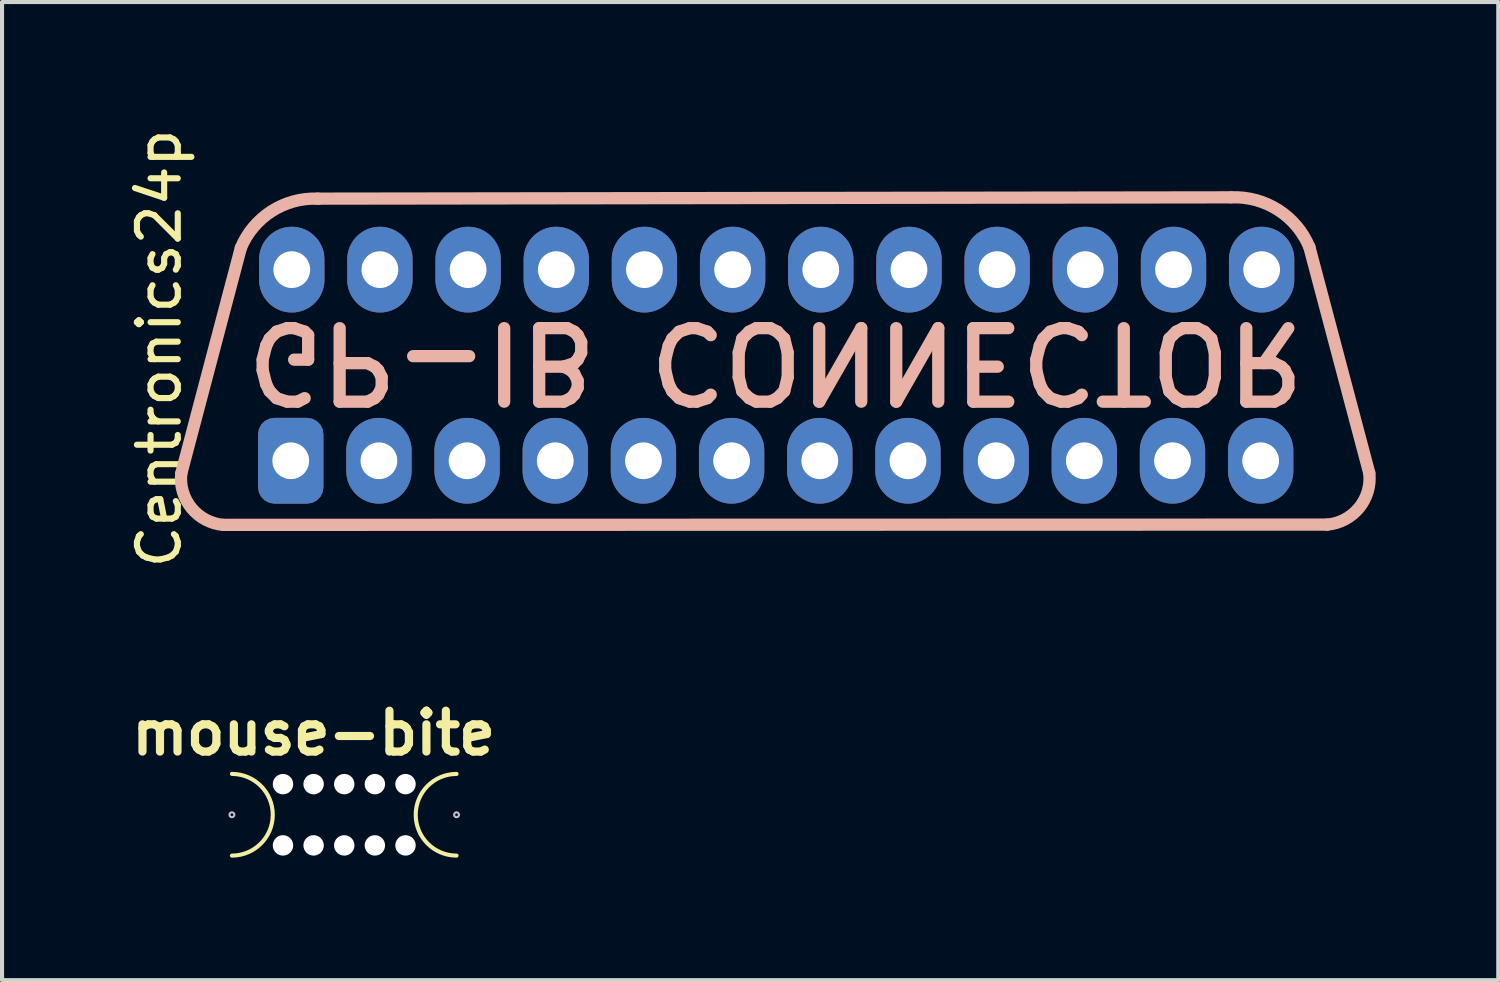
<source format=kicad_pcb>
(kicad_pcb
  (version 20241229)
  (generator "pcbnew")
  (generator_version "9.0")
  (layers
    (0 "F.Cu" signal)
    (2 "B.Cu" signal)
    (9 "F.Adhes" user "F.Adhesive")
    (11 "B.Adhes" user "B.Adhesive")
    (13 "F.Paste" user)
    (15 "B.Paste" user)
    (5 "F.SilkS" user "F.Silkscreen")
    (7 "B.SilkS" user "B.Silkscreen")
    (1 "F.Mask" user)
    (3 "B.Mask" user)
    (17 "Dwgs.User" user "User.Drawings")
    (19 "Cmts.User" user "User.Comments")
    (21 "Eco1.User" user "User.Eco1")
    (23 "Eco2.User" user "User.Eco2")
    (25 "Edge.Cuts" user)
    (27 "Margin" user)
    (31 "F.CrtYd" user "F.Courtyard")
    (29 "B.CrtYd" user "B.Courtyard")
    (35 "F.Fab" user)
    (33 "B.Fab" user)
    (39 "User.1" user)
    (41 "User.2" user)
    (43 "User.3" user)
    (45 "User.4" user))
  (footprint "mouse-bite"
    (layer "F.Cu")
    (at 4.629 16.9)
    (property "Reference" "mouse-bite" (at 0 -2 0) (layer "F.SilkS") (effects (font (size 1 1) (thickness 0.2))))
    (attr through_hole)
    (fp_arc (start -2 -1) (mid -1 0) (end -2 1) (stroke (width 0.1) (type solid)) (layer "F.SilkS"))
    (fp_arc (start 3.5 1) (mid 2.5 0) (end 3.5 -1) (stroke (width 0.1) (type solid)) (layer "F.SilkS"))
    (fp_circle (center -2 0) (end -2 -0.06) (stroke (width 0.05) (type solid)) (fill no) (layer "Dwgs.User"))
    (fp_circle (center 3.5 0) (end 3.56 0) (stroke (width 0.05) (type solid)) (fill no) (layer "Dwgs.User"))
    (fp_line (start -2 0) (end -2 0) (stroke (width 2) (type solid)) (layer "Eco1.User"))
    (fp_line (start 3.5 0) (end 3.5 0) (stroke (width 2) (type solid)) (layer "Eco1.User"))
    (pad "" np_thru_hole circle (at -0.75 -0.75) (size 0.5 0.5) (drill 0.5) (layers "*.Cu" "*.Mask"))
    (pad "" np_thru_hole circle (at -0.75 0.75) (size 0.5 0.5) (drill 0.5) (layers "*.Cu" "*.Mask"))
    (pad "" np_thru_hole circle (at 0 -0.75) (size 0.5 0.5) (drill 0.5) (layers "*.Cu" "*.Mask"))
    (pad "" np_thru_hole circle (at 0 0.75) (size 0.5 0.5) (drill 0.5) (layers "*.Cu" "*.Mask"))
    (pad "" np_thru_hole circle (at 0.75 -0.75) (size 0.5 0.5) (drill 0.5) (layers "*.Cu" "*.Mask"))
    (pad "" np_thru_hole circle (at 0.75 0.75) (size 0.5 0.5) (drill 0.5) (layers "*.Cu" "*.Mask"))
    (pad "" np_thru_hole circle (at 1.5 -0.75) (size 0.5 0.5) (drill 0.5) (layers "*.Cu" "*.Mask"))
    (pad "" np_thru_hole circle (at 1.5 0.75) (size 0.5 0.5) (drill 0.5) (layers "*.Cu" "*.Mask"))
    (pad "" np_thru_hole circle (at 2.25 -0.75) (size 0.5 0.5) (drill 0.5) (layers "*.Cu" "*.Mask"))
    (pad "" np_thru_hole circle (at 2.25 0.75) (size 0.5 0.5) (drill 0.5) (layers "*.Cu" "*.Mask")))
  (footprint "Centronics24p"
    (layer "F.Cu")
    (at 15.968 5.502)
    (property "Reference" "Centronics24p" (at -15.12 -0.02 270) (layer "F.SilkS") (effects (font (size 1 1) (thickness 0.15))))
    (attr through_hole)
    (fp_line (start -13.549 4.3) (end 13.48 4.293) (stroke (width 0.3) (type solid)) (layer "B.SilkS"))
    (fp_line (start -13.121 -2.48) (end -14.579 3.04) (stroke (width 0.3) (type solid)) (layer "B.SilkS"))
    (fp_line (start 11.111 -3.72) (end -11.238 -3.688) (stroke (width 0.3) (type solid)) (layer "B.SilkS"))
    (fp_line (start 13.043 -2.5) (end 14.51 3.033) (stroke (width 0.3) (type solid)) (layer "B.SilkS"))
    (fp_arc (start -13.548933 4.300419) (mid -14.329731 3.887698) (end -14.578933 3.040419) (stroke (width 0.3) (type solid)) (layer "B.SilkS"))
    (fp_arc (start -13.121067 -2.480418) (mid -12.369021 -3.379601) (end -11.238034 -3.687775) (stroke (width 0.3) (type solid)) (layer "B.SilkS"))
    (fp_arc (start 11.131067 -3.719581) (mid 12.278889 -3.410789) (end 13.043113 -2.500398) (stroke (width 0.3) (type solid)) (layer "B.SilkS"))
    (fp_arc (start 14.510269 3.03314) (mid 14.261067 3.880419) (end 13.480269 4.29314) (stroke (width 0.3) (type solid)) (layer "B.SilkS"))
    (fp_text user "GP-IB CONNECTOR" (at -0.03 0.3 180) (unlocked yes) (layer "B.SilkS") (effects (font (size 1.8 1.8) (thickness 0.3)) (justify mirror)))
    (pad "1" thru_hole roundrect (at -11.899 2.73) (size 1.6 2.1) (drill 0.9) (layers "*.Cu" "F.Mask") (roundrect_rratio 0.25))
    (pad "2" thru_hole oval (at -9.74 2.73) (size 1.6 2.1) (drill 0.9) (layers "*.Cu" "F.Mask"))
    (pad "3" thru_hole oval (at -7.581 2.73) (size 1.6 2.1) (drill 0.9) (layers "*.Cu" "F.Mask"))
    (pad "4" thru_hole oval (at -5.422 2.73) (size 1.6 2.1) (drill 0.9) (layers "*.Cu" "F.Mask"))
    (pad "5" thru_hole oval (at -3.263 2.73) (size 1.6 2.1) (drill 0.9) (layers "*.Cu" "F.Mask"))
    (pad "6" thru_hole oval (at -1.104 2.73) (size 1.6 2.1) (drill 0.9) (layers "*.Cu" "F.Mask"))
    (pad "7" thru_hole oval (at 1.055 2.73) (size 1.6 2.1) (drill 0.9) (layers "*.Cu" "F.Mask"))
    (pad "8" thru_hole oval (at 3.214 2.73) (size 1.6 2.1) (drill 0.9) (layers "*.Cu" "F.Mask"))
    (pad "9" thru_hole oval (at 5.373 2.73) (size 1.6 2.1) (drill 0.9) (layers "*.Cu" "F.Mask"))
    (pad "10" thru_hole oval (at 7.532 2.73) (size 1.6 2.1) (drill 0.9) (layers "*.Cu" "F.Mask"))
    (pad "11" thru_hole oval (at 9.691 2.73) (size 1.6 2.1) (drill 0.9) (layers "*.Cu" "F.Mask"))
    (pad "12" thru_hole oval (at 11.85 2.73) (size 1.6 2.1) (drill 0.9) (layers "*.Cu" "F.Mask"))
    (pad "13" thru_hole oval (at -11.874 -1.95) (size 1.6 2.1) (drill 0.9) (layers "*.Cu" "F.Mask"))
    (pad "14" thru_hole oval (at -9.716 -1.95) (size 1.6 2.1) (drill 0.9) (layers "*.Cu" "F.Mask"))
    (pad "15" thru_hole oval (at -7.556 -1.95) (size 1.6 2.1) (drill 0.9) (layers "*.Cu" "F.Mask"))
    (pad "16" thru_hole oval (at -5.397 -1.95) (size 1.6 2.1) (drill 0.9) (layers "*.Cu" "F.Mask"))
    (pad "17" thru_hole oval (at -3.239 -1.95) (size 1.6 2.1) (drill 0.9) (layers "*.Cu" "F.Mask"))
    (pad "18" thru_hole oval (at -1.079 -1.95) (size 1.6 2.1) (drill 0.9) (layers "*.Cu" "F.Mask"))
    (pad "19" thru_hole oval (at 1.079 -1.95) (size 1.6 2.1) (drill 0.9) (layers "*.Cu" "F.Mask"))
    (pad "20" thru_hole oval (at 3.239 -1.95) (size 1.6 2.1) (drill 0.9) (layers "*.Cu" "F.Mask"))
    (pad "21" thru_hole oval (at 5.397 -1.95) (size 1.6 2.1) (drill 0.9) (layers "*.Cu" "F.Mask"))
    (pad "22" thru_hole oval (at 7.556 -1.95) (size 1.6 2.1) (drill 0.9) (layers "*.Cu" "F.Mask"))
    (pad "23" thru_hole oval (at 9.716 -1.95) (size 1.6 2.1) (drill 0.9) (layers "*.Cu" "F.Mask"))
    (pad "24" thru_hole oval (at 11.874 -1.95) (size 1.6 2.1) (drill 0.9) (layers "*.Cu" "F.Mask")))
  (gr_rect
    (start -3 -3)
    (end 33.636 20.95)
    (stroke (width 0.1) (type default))
    (fill no)
    (layer "Edge.Cuts")))
</source>
